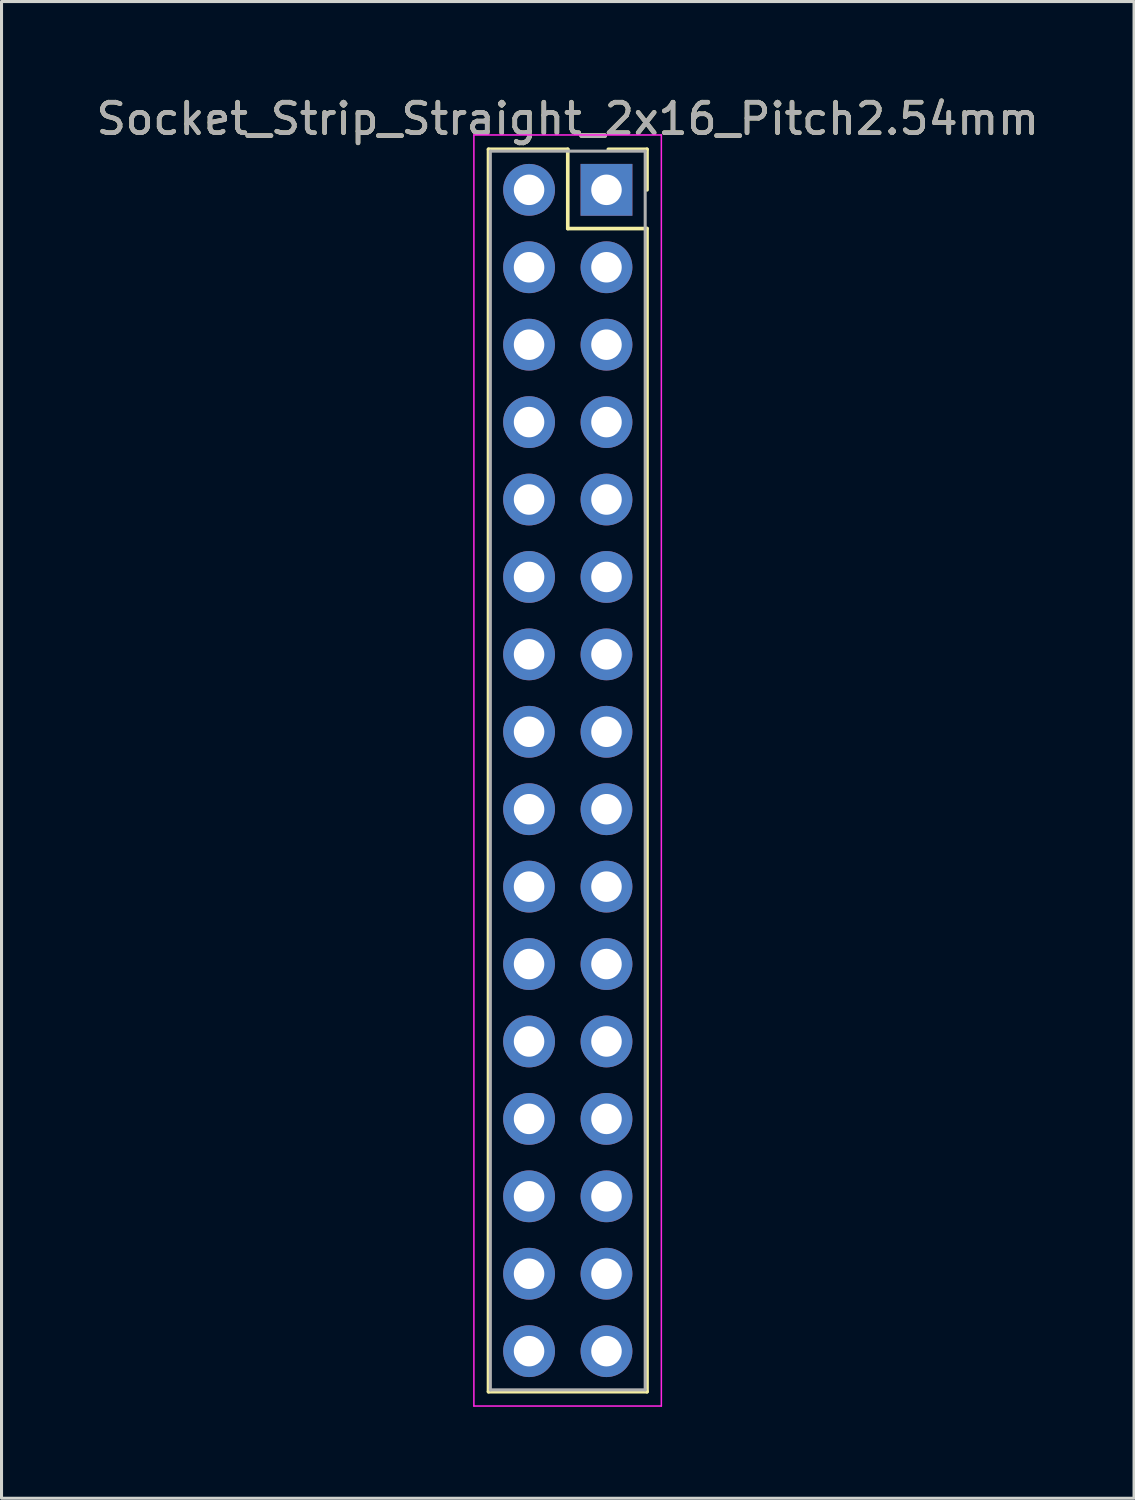
<source format=kicad_pcb>
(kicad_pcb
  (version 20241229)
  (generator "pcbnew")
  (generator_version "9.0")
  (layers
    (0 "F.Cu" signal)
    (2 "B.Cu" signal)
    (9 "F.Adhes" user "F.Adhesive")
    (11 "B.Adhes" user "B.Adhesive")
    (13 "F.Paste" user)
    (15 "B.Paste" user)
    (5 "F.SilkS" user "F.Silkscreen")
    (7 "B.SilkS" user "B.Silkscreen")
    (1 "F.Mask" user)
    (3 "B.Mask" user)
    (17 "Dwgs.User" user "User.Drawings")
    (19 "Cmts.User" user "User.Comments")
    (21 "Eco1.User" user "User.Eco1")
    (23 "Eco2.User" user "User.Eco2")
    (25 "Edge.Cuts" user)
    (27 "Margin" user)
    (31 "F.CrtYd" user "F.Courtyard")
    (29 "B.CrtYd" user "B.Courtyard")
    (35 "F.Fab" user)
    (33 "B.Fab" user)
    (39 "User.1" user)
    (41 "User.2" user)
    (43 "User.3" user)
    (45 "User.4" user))
  (footprint "Socket_Strip_Straight_2x16_Pitch2.54mm"
    (layer "F.Cu")
    (at 16.847 3.178)
    (property "Reference" "Socket_Strip_Straight_2x16_Pitch2.54mm" (at -1.27 -2.33 0) (layer "F.SilkS") (effects (font (size 1 1) (thickness 0.15))))
    (attr through_hole)
    (fp_line (start -3.87 -1.33) (end -1.27 -1.33) (stroke (width 0.12) (type solid)) (layer "F.SilkS"))
    (fp_line (start -3.87 39.43) (end -3.87 -1.33) (stroke (width 0.12) (type solid)) (layer "F.SilkS"))
    (fp_line (start -1.27 -1.33) (end -1.27 1.27) (stroke (width 0.12) (type solid)) (layer "F.SilkS"))
    (fp_line (start -1.27 1.27) (end 1.33 1.27) (stroke (width 0.12) (type solid)) (layer "F.SilkS"))
    (fp_line (start 1.33 -1.33) (end 0.06 -1.33) (stroke (width 0.12) (type solid)) (layer "F.SilkS"))
    (fp_line (start 1.33 0) (end 1.33 -1.33) (stroke (width 0.12) (type solid)) (layer "F.SilkS"))
    (fp_line (start 1.33 1.27) (end 1.33 39.43) (stroke (width 0.12) (type solid)) (layer "F.SilkS"))
    (fp_line (start 1.33 39.43) (end -3.87 39.43) (stroke (width 0.12) (type solid)) (layer "F.SilkS"))
    (fp_line (start -4.35 -1.8) (end -4.35 39.9) (stroke (width 0.05) (type solid)) (layer "F.CrtYd"))
    (fp_line (start -4.35 39.9) (end 1.8 39.9) (stroke (width 0.05) (type solid)) (layer "F.CrtYd"))
    (fp_line (start 1.8 -1.8) (end -4.35 -1.8) (stroke (width 0.05) (type solid)) (layer "F.CrtYd"))
    (fp_line (start 1.8 39.9) (end 1.8 -1.8) (stroke (width 0.05) (type solid)) (layer "F.CrtYd"))
    (fp_line (start -3.81 -1.27) (end -3.81 39.37) (stroke (width 0.1) (type solid)) (layer "F.Fab"))
    (fp_line (start -3.81 39.37) (end 1.27 39.37) (stroke (width 0.1) (type solid)) (layer "F.Fab"))
    (fp_line (start 1.27 -1.27) (end -3.81 -1.27) (stroke (width 0.1) (type solid)) (layer "F.Fab"))
    (fp_line (start 1.27 39.37) (end 1.27 -1.27) (stroke (width 0.1) (type solid)) (layer "F.Fab"))
    (fp_text user "${REFERENCE}" (at -1.27 -2.33 0) (layer "F.Fab") (effects (font (size 1 1) (thickness 0.15))))
    (pad "1" thru_hole rect (at 0 0) (size 1.7 1.7) (drill 1) (layers "*.Cu" "*.Mask"))
    (pad "2" thru_hole oval (at -2.54 0) (size 1.7 1.7) (drill 1) (layers "*.Cu" "*.Mask"))
    (pad "3" thru_hole oval (at 0 2.54) (size 1.7 1.7) (drill 1) (layers "*.Cu" "*.Mask"))
    (pad "4" thru_hole oval (at -2.54 2.54) (size 1.7 1.7) (drill 1) (layers "*.Cu" "*.Mask"))
    (pad "5" thru_hole oval (at 0 5.08) (size 1.7 1.7) (drill 1) (layers "*.Cu" "*.Mask"))
    (pad "6" thru_hole oval (at -2.54 5.08) (size 1.7 1.7) (drill 1) (layers "*.Cu" "*.Mask"))
    (pad "7" thru_hole oval (at 0 7.62) (size 1.7 1.7) (drill 1) (layers "*.Cu" "*.Mask"))
    (pad "8" thru_hole oval (at -2.54 7.62) (size 1.7 1.7) (drill 1) (layers "*.Cu" "*.Mask"))
    (pad "9" thru_hole oval (at 0 10.16) (size 1.7 1.7) (drill 1) (layers "*.Cu" "*.Mask"))
    (pad "10" thru_hole oval (at -2.54 10.16) (size 1.7 1.7) (drill 1) (layers "*.Cu" "*.Mask"))
    (pad "11" thru_hole oval (at 0 12.7) (size 1.7 1.7) (drill 1) (layers "*.Cu" "*.Mask"))
    (pad "12" thru_hole oval (at -2.54 12.7) (size 1.7 1.7) (drill 1) (layers "*.Cu" "*.Mask"))
    (pad "13" thru_hole oval (at 0 15.24) (size 1.7 1.7) (drill 1) (layers "*.Cu" "*.Mask"))
    (pad "14" thru_hole oval (at -2.54 15.24) (size 1.7 1.7) (drill 1) (layers "*.Cu" "*.Mask"))
    (pad "15" thru_hole oval (at 0 17.78) (size 1.7 1.7) (drill 1) (layers "*.Cu" "*.Mask"))
    (pad "16" thru_hole oval (at -2.54 17.78) (size 1.7 1.7) (drill 1) (layers "*.Cu" "*.Mask"))
    (pad "17" thru_hole oval (at 0 20.32) (size 1.7 1.7) (drill 1) (layers "*.Cu" "*.Mask"))
    (pad "18" thru_hole oval (at -2.54 20.32) (size 1.7 1.7) (drill 1) (layers "*.Cu" "*.Mask"))
    (pad "19" thru_hole oval (at 0 22.86) (size 1.7 1.7) (drill 1) (layers "*.Cu" "*.Mask"))
    (pad "20" thru_hole oval (at -2.54 22.86) (size 1.7 1.7) (drill 1) (layers "*.Cu" "*.Mask"))
    (pad "21" thru_hole oval (at 0 25.4) (size 1.7 1.7) (drill 1) (layers "*.Cu" "*.Mask"))
    (pad "22" thru_hole oval (at -2.54 25.4) (size 1.7 1.7) (drill 1) (layers "*.Cu" "*.Mask"))
    (pad "23" thru_hole oval (at 0 27.94) (size 1.7 1.7) (drill 1) (layers "*.Cu" "*.Mask"))
    (pad "24" thru_hole oval (at -2.54 27.94) (size 1.7 1.7) (drill 1) (layers "*.Cu" "*.Mask"))
    (pad "25" thru_hole oval (at 0 30.48) (size 1.7 1.7) (drill 1) (layers "*.Cu" "*.Mask"))
    (pad "26" thru_hole oval (at -2.54 30.48) (size 1.7 1.7) (drill 1) (layers "*.Cu" "*.Mask"))
    (pad "27" thru_hole oval (at 0 33.02) (size 1.7 1.7) (drill 1) (layers "*.Cu" "*.Mask"))
    (pad "28" thru_hole oval (at -2.54 33.02) (size 1.7 1.7) (drill 1) (layers "*.Cu" "*.Mask"))
    (pad "29" thru_hole oval (at 0 35.56) (size 1.7 1.7) (drill 1) (layers "*.Cu" "*.Mask"))
    (pad "30" thru_hole oval (at -2.54 35.56) (size 1.7 1.7) (drill 1) (layers "*.Cu" "*.Mask"))
    (pad "31" thru_hole oval (at 0 38.1) (size 1.7 1.7) (drill 1) (layers "*.Cu" "*.Mask"))
    (pad "32" thru_hole oval (at -2.54 38.1) (size 1.7 1.7) (drill 1) (layers "*.Cu" "*.Mask")))
  (gr_rect
    (start -3 -3)
    (end 34.155 46.103)
    (stroke (width 0.1) (type default))
    (fill no)
    (layer "Edge.Cuts")))
</source>
